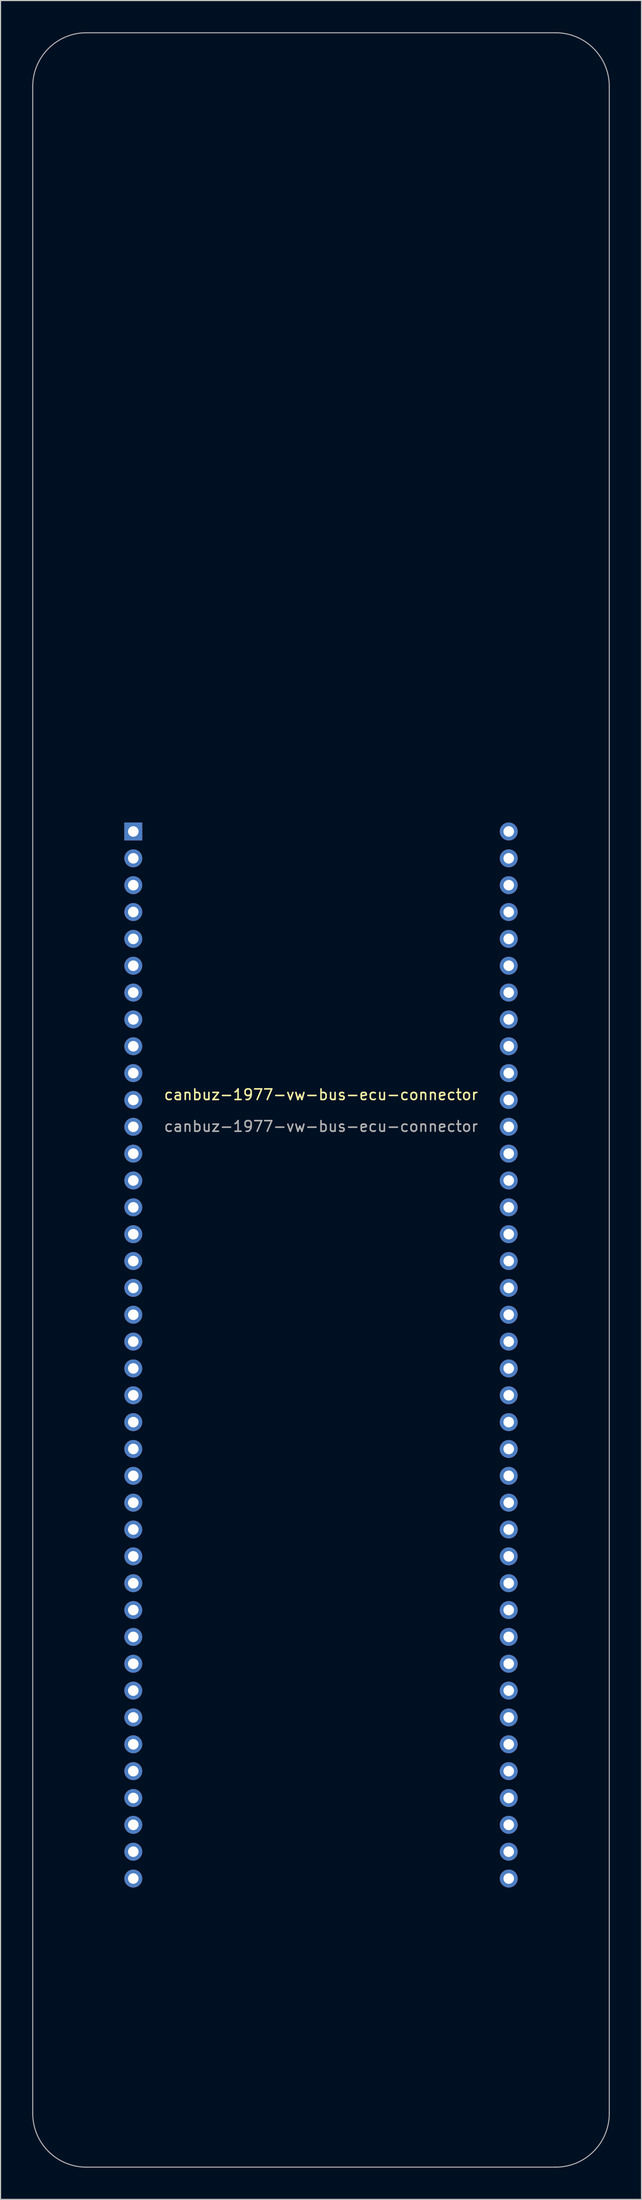
<source format=kicad_pcb>
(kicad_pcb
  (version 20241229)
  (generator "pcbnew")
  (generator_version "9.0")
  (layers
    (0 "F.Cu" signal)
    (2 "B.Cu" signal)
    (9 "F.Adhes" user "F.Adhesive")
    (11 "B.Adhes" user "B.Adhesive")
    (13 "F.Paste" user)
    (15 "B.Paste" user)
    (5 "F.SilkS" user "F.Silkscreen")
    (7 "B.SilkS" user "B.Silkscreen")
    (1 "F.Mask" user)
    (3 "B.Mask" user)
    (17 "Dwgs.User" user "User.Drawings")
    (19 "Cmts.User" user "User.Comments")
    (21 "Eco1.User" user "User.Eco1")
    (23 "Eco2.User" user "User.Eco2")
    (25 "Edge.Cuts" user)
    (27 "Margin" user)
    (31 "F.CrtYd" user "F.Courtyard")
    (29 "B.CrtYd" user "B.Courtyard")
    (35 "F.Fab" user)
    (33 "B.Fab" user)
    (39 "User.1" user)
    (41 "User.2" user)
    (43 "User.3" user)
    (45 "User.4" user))
  (footprint "canbuz-1977-vw-bus-ecu-connector"
    (layer "F.Cu")
    (at 27.355 101.015)
    (property "Reference" "canbuz-1977-vw-bus-ecu-connector" (at 0 -0.5 0) (unlocked yes) (layer "F.SilkS") (effects (font (size 1 1) (thickness 0.15))))
    (attr through_hole)
    (fp_line (start -27.305 95.885) (end -27.305 -95.885) (stroke (width 0.1) (type solid)) (layer "F.Fab"))
    (fp_line (start -22.225 -100.965) (end 22.225 -100.965) (stroke (width 0.1) (type solid)) (layer "F.Fab"))
    (fp_line (start 22.225 100.965) (end -22.225 100.965) (stroke (width 0.1) (type solid)) (layer "F.Fab"))
    (fp_line (start 27.305 95.885) (end 27.305 -95.885) (stroke (width 0.1) (type solid)) (layer "F.Fab"))
    (fp_arc (start -27.305 -95.885) (mid -25.817102 -99.477102) (end -22.225 -100.965) (stroke (width 0.1) (type solid)) (layer "F.Fab"))
    (fp_arc (start -22.225 100.965) (mid -25.817102 99.477102) (end -27.305 95.885) (stroke (width 0.1) (type solid)) (layer "F.Fab"))
    (fp_arc (start 22.225 -100.965) (mid 25.817102 -99.477102) (end 27.305 -95.885) (stroke (width 0.1) (type solid)) (layer "F.Fab"))
    (fp_arc (start 27.305 95.885) (mid 25.817102 99.477102) (end 22.225 100.965) (stroke (width 0.1) (type solid)) (layer "F.Fab"))
    (fp_text user "${REFERENCE}" (at 0 2.5 0) (unlocked yes) (layer "F.Fab") (effects (font (size 1 1) (thickness 0.15))))
    (pad "1" thru_hole rect (at -17.78 -25.4) (size 1.7 1.7) (drill 1) (layers "*.Cu" "*.Mask"))
    (pad "2" thru_hole circle (at -17.78 -22.86) (size 1.7 1.7) (drill 1) (layers "*.Cu" "*.Mask"))
    (pad "3" thru_hole circle (at -17.78 -20.32) (size 1.7 1.7) (drill 1) (layers "*.Cu" "*.Mask"))
    (pad "4" thru_hole circle (at -17.78 -17.78) (size 1.7 1.7) (drill 1) (layers "*.Cu" "*.Mask"))
    (pad "5" thru_hole circle (at -17.78 -15.24) (size 1.7 1.7) (drill 1) (layers "*.Cu" "*.Mask"))
    (pad "6" thru_hole circle (at -17.78 -12.7) (size 1.7 1.7) (drill 1) (layers "*.Cu" "*.Mask"))
    (pad "7" thru_hole circle (at -17.78 -10.16) (size 1.7 1.7) (drill 1) (layers "*.Cu" "*.Mask"))
    (pad "8" thru_hole circle (at -17.78 -7.62) (size 1.7 1.7) (drill 1) (layers "*.Cu" "*.Mask"))
    (pad "9" thru_hole circle (at -17.78 -5.08) (size 1.7 1.7) (drill 1) (layers "*.Cu" "*.Mask"))
    (pad "10" thru_hole circle (at -17.78 -2.54) (size 1.7 1.7) (drill 1) (layers "*.Cu" "*.Mask"))
    (pad "11" thru_hole circle (at -17.78 0) (size 1.7 1.7) (drill 1) (layers "*.Cu" "*.Mask"))
    (pad "12" thru_hole circle (at -17.78 2.54) (size 1.7 1.7) (drill 1) (layers "*.Cu" "*.Mask"))
    (pad "13" thru_hole circle (at -17.78 5.08) (size 1.7 1.7) (drill 1) (layers "*.Cu" "*.Mask"))
    (pad "14" thru_hole circle (at -17.78 7.62) (size 1.7 1.7) (drill 1) (layers "*.Cu" "*.Mask"))
    (pad "15" thru_hole circle (at -17.78 10.16) (size 1.7 1.7) (drill 1) (layers "*.Cu" "*.Mask"))
    (pad "16" thru_hole circle (at -17.78 12.7) (size 1.7 1.7) (drill 1) (layers "*.Cu" "*.Mask"))
    (pad "17" thru_hole circle (at -17.78 15.24) (size 1.7 1.7) (drill 1) (layers "*.Cu" "*.Mask"))
    (pad "18" thru_hole circle (at -17.78 17.78) (size 1.7 1.7) (drill 1) (layers "*.Cu" "*.Mask"))
    (pad "19" thru_hole circle (at -17.78 20.32) (size 1.7 1.7) (drill 1) (layers "*.Cu" "*.Mask"))
    (pad "20" thru_hole circle (at -17.78 22.86) (size 1.7 1.7) (drill 1) (layers "*.Cu" "*.Mask"))
    (pad "21" thru_hole circle (at -17.78 25.4) (size 1.7 1.7) (drill 1) (layers "*.Cu" "*.Mask"))
    (pad "22" thru_hole circle (at -17.78 27.94) (size 1.7 1.7) (drill 1) (layers "*.Cu" "*.Mask"))
    (pad "23" thru_hole circle (at -17.78 30.48) (size 1.7 1.7) (drill 1) (layers "*.Cu" "*.Mask"))
    (pad "24" thru_hole circle (at -17.78 33.02) (size 1.7 1.7) (drill 1) (layers "*.Cu" "*.Mask"))
    (pad "25" thru_hole circle (at -17.78 35.56) (size 1.7 1.7) (drill 1) (layers "*.Cu" "*.Mask"))
    (pad "26" thru_hole circle (at -17.78 38.1) (size 1.7 1.7) (drill 1) (layers "*.Cu" "*.Mask"))
    (pad "27" thru_hole circle (at -17.78 40.64) (size 1.7 1.7) (drill 1) (layers "*.Cu" "*.Mask"))
    (pad "28" thru_hole circle (at -17.78 43.18) (size 1.7 1.7) (drill 1) (layers "*.Cu" "*.Mask"))
    (pad "29" thru_hole circle (at -17.78 45.72) (size 1.7 1.7) (drill 1) (layers "*.Cu" "*.Mask"))
    (pad "30" thru_hole circle (at -17.78 48.26) (size 1.7 1.7) (drill 1) (layers "*.Cu" "*.Mask"))
    (pad "31" thru_hole circle (at -17.78 50.8) (size 1.7 1.7) (drill 1) (layers "*.Cu" "*.Mask"))
    (pad "32" thru_hole circle (at -17.78 53.34) (size 1.7 1.7) (drill 1) (layers "*.Cu" "*.Mask"))
    (pad "33" thru_hole circle (at -17.78 55.88) (size 1.7 1.7) (drill 1) (layers "*.Cu" "*.Mask"))
    (pad "34" thru_hole circle (at -17.78 58.42) (size 1.7 1.7) (drill 1) (layers "*.Cu" "*.Mask"))
    (pad "35" thru_hole circle (at -17.78 63.5) (size 1.7 1.7) (drill 1) (layers "*.Cu" "*.Mask"))
    (pad "36" thru_hole circle (at -17.78 60.96) (size 1.7 1.7) (drill 1) (layers "*.Cu" "*.Mask"))
    (pad "37" thru_hole circle (at -17.78 66.04) (size 1.7 1.7) (drill 1) (layers "*.Cu" "*.Mask"))
    (pad "38" thru_hole circle (at -17.78 68.58) (size 1.7 1.7) (drill 1) (layers "*.Cu" "*.Mask"))
    (pad "39" thru_hole circle (at -17.78 71.12) (size 1.7 1.7) (drill 1) (layers "*.Cu" "*.Mask"))
    (pad "40" thru_hole circle (at -17.78 73.66) (size 1.7 1.7) (drill 1) (layers "*.Cu" "*.Mask"))
    (pad "41" thru_hole circle (at 17.78 73.66) (size 1.7 1.7) (drill 1) (layers "*.Cu" "*.Mask"))
    (pad "42" thru_hole circle (at 17.78 71.12) (size 1.7 1.7) (drill 1) (layers "*.Cu" "*.Mask"))
    (pad "43" thru_hole circle (at 17.78 68.58) (size 1.7 1.7) (drill 1) (layers "*.Cu" "*.Mask"))
    (pad "44" thru_hole circle (at 17.78 66.04) (size 1.7 1.7) (drill 1) (layers "*.Cu" "*.Mask"))
    (pad "45" thru_hole circle (at 17.78 63.5) (size 1.7 1.7) (drill 1) (layers "*.Cu" "*.Mask"))
    (pad "46" thru_hole circle (at 17.78 60.96) (size 1.7 1.7) (drill 1) (layers "*.Cu" "*.Mask"))
    (pad "47" thru_hole circle (at 17.78 58.42) (size 1.7 1.7) (drill 1) (layers "*.Cu" "*.Mask"))
    (pad "48" thru_hole circle (at 17.78 55.88) (size 1.7 1.7) (drill 1) (layers "*.Cu" "*.Mask"))
    (pad "49" thru_hole circle (at 17.78 53.34) (size 1.7 1.7) (drill 1) (layers "*.Cu" "*.Mask"))
    (pad "50" thru_hole circle (at 17.78 50.8) (size 1.7 1.7) (drill 1) (layers "*.Cu" "*.Mask"))
    (pad "51" thru_hole circle (at 17.78 48.26) (size 1.7 1.7) (drill 1) (layers "*.Cu" "*.Mask"))
    (pad "52" thru_hole circle (at 17.78 45.72) (size 1.7 1.7) (drill 1) (layers "*.Cu" "*.Mask"))
    (pad "53" thru_hole circle (at 17.78 43.18) (size 1.7 1.7) (drill 1) (layers "*.Cu" "*.Mask"))
    (pad "54" thru_hole circle (at 17.78 40.64) (size 1.7 1.7) (drill 1) (layers "*.Cu" "*.Mask"))
    (pad "55" thru_hole circle (at 17.78 38.1) (size 1.7 1.7) (drill 1) (layers "*.Cu" "*.Mask"))
    (pad "56" thru_hole circle (at 17.78 35.56) (size 1.7 1.7) (drill 1) (layers "*.Cu" "*.Mask"))
    (pad "57" thru_hole circle (at 17.78 33.02) (size 1.7 1.7) (drill 1) (layers "*.Cu" "*.Mask"))
    (pad "58" thru_hole circle (at 17.78 30.48) (size 1.7 1.7) (drill 1) (layers "*.Cu" "*.Mask"))
    (pad "59" thru_hole circle (at 17.78 27.94) (size 1.7 1.7) (drill 1) (layers "*.Cu" "*.Mask"))
    (pad "60" thru_hole circle (at 17.78 25.4) (size 1.7 1.7) (drill 1) (layers "*.Cu" "*.Mask"))
    (pad "61" thru_hole circle (at 17.78 22.86) (size 1.7 1.7) (drill 1) (layers "*.Cu" "*.Mask"))
    (pad "62" thru_hole circle (at 17.78 20.32) (size 1.7 1.7) (drill 1) (layers "*.Cu" "*.Mask"))
    (pad "63" thru_hole circle (at 17.78 17.78) (size 1.7 1.7) (drill 1) (layers "*.Cu" "*.Mask"))
    (pad "64" thru_hole circle (at 17.78 15.24) (size 1.7 1.7) (drill 1) (layers "*.Cu" "*.Mask"))
    (pad "65" thru_hole circle (at 17.78 12.7) (size 1.7 1.7) (drill 1) (layers "*.Cu" "*.Mask"))
    (pad "66" thru_hole circle (at 17.78 10.16) (size 1.7 1.7) (drill 1) (layers "*.Cu" "*.Mask"))
    (pad "67" thru_hole circle (at 17.78 7.62) (size 1.7 1.7) (drill 1) (layers "*.Cu" "*.Mask"))
    (pad "68" thru_hole circle (at 17.78 5.08) (size 1.7 1.7) (drill 1) (layers "*.Cu" "*.Mask"))
    (pad "69" thru_hole circle (at 17.78 2.54) (size 1.7 1.7) (drill 1) (layers "*.Cu" "*.Mask"))
    (pad "70" thru_hole circle (at 17.78 0) (size 1.7 1.7) (drill 1) (layers "*.Cu" "*.Mask"))
    (pad "71" thru_hole circle (at 17.78 -2.54) (size 1.7 1.7) (drill 1) (layers "*.Cu" "*.Mask"))
    (pad "72" thru_hole circle (at 17.78 -5.08) (size 1.7 1.7) (drill 1) (layers "*.Cu" "*.Mask"))
    (pad "73" thru_hole circle (at 17.78 -7.62) (size 1.7 1.7) (drill 1) (layers "*.Cu" "*.Mask"))
    (pad "74" thru_hole circle (at 17.78 -10.16) (size 1.7 1.7) (drill 1) (layers "*.Cu" "*.Mask"))
    (pad "75" thru_hole circle (at 17.78 -12.7) (size 1.7 1.7) (drill 1) (layers "*.Cu" "*.Mask"))
    (pad "76" thru_hole circle (at 17.78 -15.24) (size 1.7 1.7) (drill 1) (layers "*.Cu" "*.Mask"))
    (pad "77" thru_hole circle (at 17.78 -17.78) (size 1.7 1.7) (drill 1) (layers "*.Cu" "*.Mask"))
    (pad "78" thru_hole circle (at 17.78 -20.32) (size 1.7 1.7) (drill 1) (layers "*.Cu" "*.Mask"))
    (pad "79" thru_hole circle (at 17.78 -22.86) (size 1.7 1.7) (drill 1) (layers "*.Cu" "*.Mask"))
    (pad "80" thru_hole circle (at 17.78 -25.4) (size 1.7 1.7) (drill 1) (layers "*.Cu" "*.Mask")))
  (gr_rect
    (start -3 -3)
    (end 57.71 205.03)
    (stroke (width 0.1) (type default))
    (fill no)
    (layer "Edge.Cuts")))
</source>
